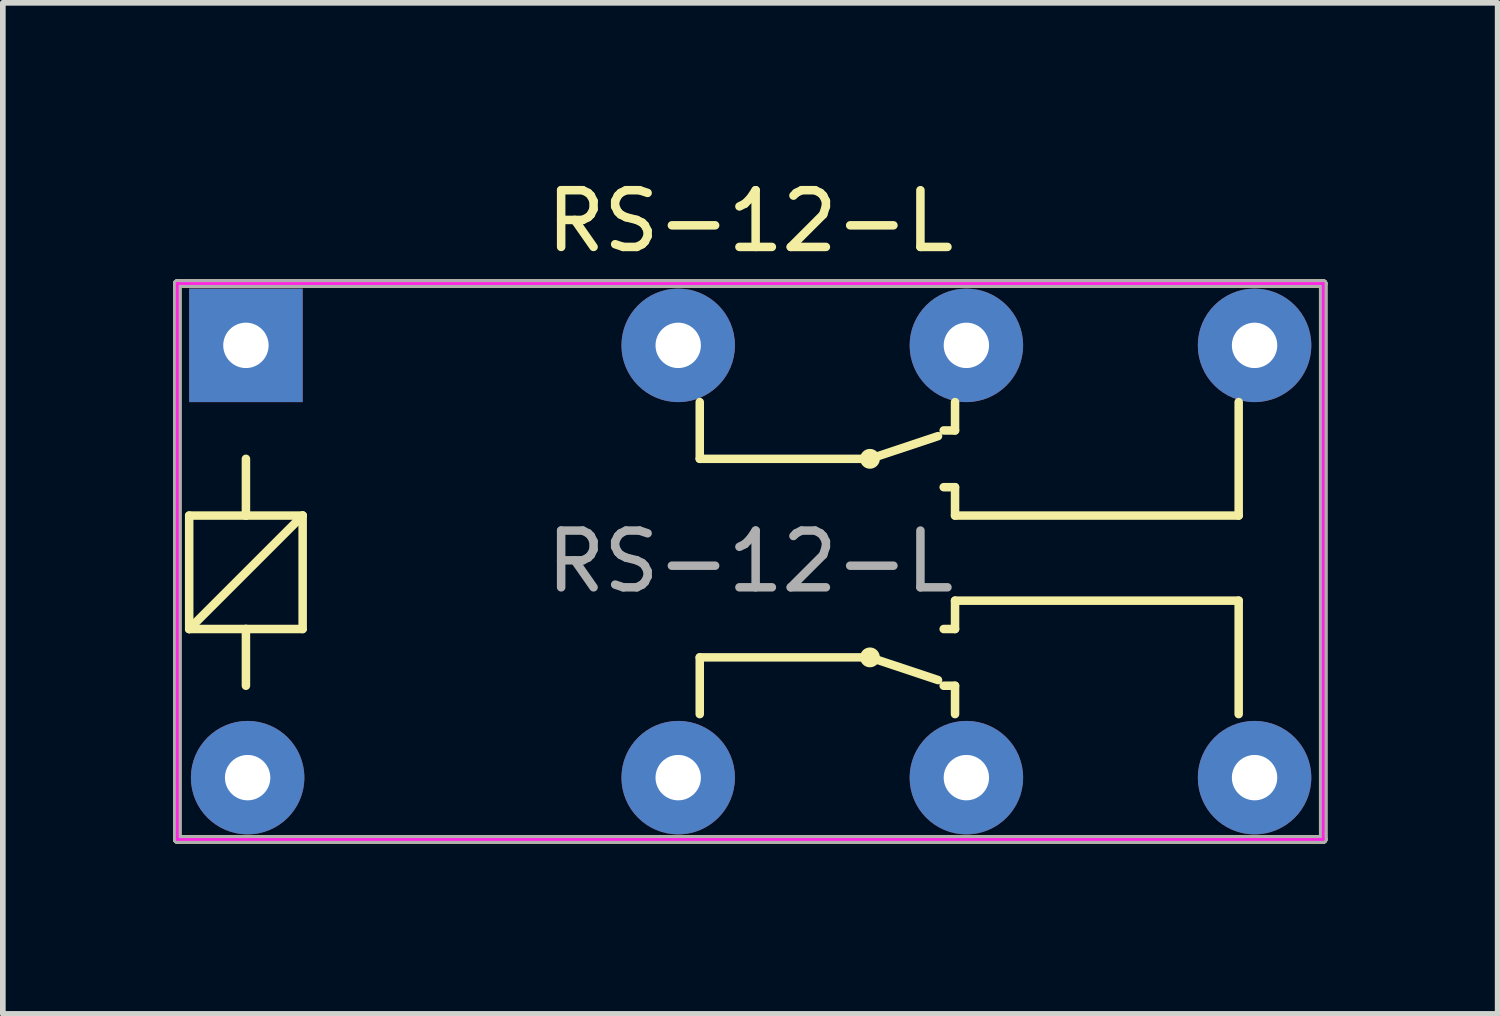
<source format=kicad_pcb>
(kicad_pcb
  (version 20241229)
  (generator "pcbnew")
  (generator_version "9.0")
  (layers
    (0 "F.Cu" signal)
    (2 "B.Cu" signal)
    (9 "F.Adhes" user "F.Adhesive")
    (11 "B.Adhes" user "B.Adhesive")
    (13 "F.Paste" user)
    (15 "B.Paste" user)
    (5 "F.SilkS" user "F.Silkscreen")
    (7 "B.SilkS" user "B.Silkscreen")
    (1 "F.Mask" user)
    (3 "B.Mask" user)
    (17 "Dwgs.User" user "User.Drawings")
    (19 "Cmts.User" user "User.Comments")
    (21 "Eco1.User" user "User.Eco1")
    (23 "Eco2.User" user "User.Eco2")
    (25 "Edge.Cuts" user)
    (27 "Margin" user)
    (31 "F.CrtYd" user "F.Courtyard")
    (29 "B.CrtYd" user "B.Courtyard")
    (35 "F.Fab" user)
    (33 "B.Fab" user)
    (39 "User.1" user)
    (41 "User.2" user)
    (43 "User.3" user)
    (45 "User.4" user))
  (footprint "RS-12-L"
    (layer "F.Cu")
    (at 1.285 3.038)
    (property "Reference" "RS-12-L" (at 8.89 -2.19 0) (layer "F.SilkS") (effects (font (size 1 1) (thickness 0.15))))
    (attr through_hole)
    (fp_line (start -1.21 -1.09) (end 18.99 -1.09) (stroke (width 0.15) (type solid)) (layer "F.SilkS"))
    (fp_line (start -1.21 8.71) (end -1.21 -1.09) (stroke (width 0.15) (type solid)) (layer "F.SilkS"))
    (fp_line (start -1 3) (end 0 3) (stroke (width 0.15) (type solid)) (layer "F.SilkS"))
    (fp_line (start -1 5) (end -1 3) (stroke (width 0.15) (type solid)) (layer "F.SilkS"))
    (fp_line (start -1 5) (end 1 3) (stroke (width 0.15) (type solid)) (layer "F.SilkS"))
    (fp_line (start 0 3) (end 0 2) (stroke (width 0.15) (type solid)) (layer "F.SilkS"))
    (fp_line (start 0 5) (end -1 5) (stroke (width 0.15) (type solid)) (layer "F.SilkS"))
    (fp_line (start 0 5) (end 1 5) (stroke (width 0.15) (type solid)) (layer "F.SilkS"))
    (fp_line (start 0 6) (end 0 5) (stroke (width 0.15) (type solid)) (layer "F.SilkS"))
    (fp_line (start 1 3) (end 0 3) (stroke (width 0.15) (type solid)) (layer "F.SilkS"))
    (fp_line (start 1 5) (end 1 3) (stroke (width 0.15) (type solid)) (layer "F.SilkS"))
    (fp_line (start 8 1) (end 8 2) (stroke (width 0.15) (type solid)) (layer "F.SilkS"))
    (fp_line (start 8 2) (end 11 2) (stroke (width 0.15) (type solid)) (layer "F.SilkS"))
    (fp_line (start 8 5.5) (end 11 5.5) (stroke (width 0.15) (type solid)) (layer "F.SilkS"))
    (fp_line (start 8 6.5) (end 8 5.5) (stroke (width 0.15) (type solid)) (layer "F.SilkS"))
    (fp_line (start 11 2) (end 12.2 1.6) (stroke (width 0.15) (type solid)) (layer "F.SilkS"))
    (fp_line (start 11 5.5) (end 12.2 5.9) (stroke (width 0.15) (type solid)) (layer "F.SilkS"))
    (fp_line (start 12.5 1) (end 12.5 1.5) (stroke (width 0.15) (type solid)) (layer "F.SilkS"))
    (fp_line (start 12.5 1.5) (end 12.3 1.5) (stroke (width 0.15) (type solid)) (layer "F.SilkS"))
    (fp_line (start 12.5 2.5) (end 12.3 2.5) (stroke (width 0.15) (type solid)) (layer "F.SilkS"))
    (fp_line (start 12.5 3) (end 12.5 2.5) (stroke (width 0.15) (type solid)) (layer "F.SilkS"))
    (fp_line (start 12.5 4.5) (end 12.5 5) (stroke (width 0.15) (type solid)) (layer "F.SilkS"))
    (fp_line (start 12.5 5) (end 12.3 5) (stroke (width 0.15) (type solid)) (layer "F.SilkS"))
    (fp_line (start 12.5 6) (end 12.3 6) (stroke (width 0.15) (type solid)) (layer "F.SilkS"))
    (fp_line (start 12.5 6.5) (end 12.5 6) (stroke (width 0.15) (type solid)) (layer "F.SilkS"))
    (fp_line (start 17.5 1) (end 17.5 3) (stroke (width 0.15) (type solid)) (layer "F.SilkS"))
    (fp_line (start 17.5 3) (end 12.5 3) (stroke (width 0.15) (type solid)) (layer "F.SilkS"))
    (fp_line (start 17.5 4.5) (end 12.5 4.5) (stroke (width 0.15) (type solid)) (layer "F.SilkS"))
    (fp_line (start 17.5 6.5) (end 17.5 4.5) (stroke (width 0.15) (type solid)) (layer "F.SilkS"))
    (fp_line (start 18.99 -1.09) (end 18.99 8.71) (stroke (width 0.15) (type solid)) (layer "F.SilkS"))
    (fp_line (start 18.99 8.71) (end -1.21 8.71) (stroke (width 0.15) (type solid)) (layer "F.SilkS"))
    (fp_circle (center 11 2) (end 11.1 2) (stroke (width 0.15) (type solid)) (fill no) (layer "F.SilkS"))
    (fp_circle (center 11 5.5) (end 11.1 5.5) (stroke (width 0.15) (type solid)) (fill no) (layer "F.SilkS"))
    (fp_line (start -1.21 -1.09) (end 18.99 -1.09) (stroke (width 0.05) (type solid)) (layer "F.CrtYd"))
    (fp_line (start -1.21 8.71) (end -1.21 -1.09) (stroke (width 0.05) (type solid)) (layer "F.CrtYd"))
    (fp_line (start 18.99 -1.09) (end 18.99 8.71) (stroke (width 0.05) (type solid)) (layer "F.CrtYd"))
    (fp_line (start 18.99 8.71) (end -1.21 8.71) (stroke (width 0.05) (type solid)) (layer "F.CrtYd"))
    (fp_line (start -1.21 -1.09) (end 18.99 -1.09) (stroke (width 0.15) (type solid)) (layer "F.Fab"))
    (fp_line (start -1.21 8.71) (end -1.21 -1.09) (stroke (width 0.15) (type solid)) (layer "F.Fab"))
    (fp_line (start 18.99 -1.09) (end 18.99 8.71) (stroke (width 0.15) (type solid)) (layer "F.Fab"))
    (fp_line (start 18.99 8.71) (end -1.21 8.71) (stroke (width 0.15) (type solid)) (layer "F.Fab"))
    (fp_text user "${REFERENCE}" (at 8.89 3.81 0) (layer "F.Fab") (effects (font (size 1 1) (thickness 0.15))))
    (pad "1" thru_hole rect (at 0 0) (size 2 2) (drill 0.8) (layers "*.Cu" "*.Mask"))
    (pad "4" thru_hole circle (at 7.62 0) (size 2 2) (drill 0.8) (layers "*.Cu" "*.Mask"))
    (pad "6" thru_hole circle (at 12.7 0) (size 2 2) (drill 0.8) (layers "*.Cu" "*.Mask"))
    (pad "8" thru_hole circle (at 17.78 0) (size 2 2) (drill 0.8) (layers "*.Cu" "*.Mask"))
    (pad "9" thru_hole circle (at 17.78 7.62) (size 2 2) (drill 0.8) (layers "*.Cu" "*.Mask"))
    (pad "11" thru_hole circle (at 12.7 7.62) (size 2 2) (drill 0.8) (layers "*.Cu" "*.Mask"))
    (pad "13" thru_hole circle (at 7.62 7.62) (size 2 2) (drill 0.8) (layers "*.Cu" "*.Mask"))
    (pad "16" thru_hole circle (at 0.03 7.62) (size 2 2) (drill 0.8) (layers "*.Cu" "*.Mask")))
  (gr_rect
    (start -3 -3)
    (end 23.35 14.823)
    (stroke (width 0.1) (type default))
    (fill no)
    (layer "Edge.Cuts")))
</source>
